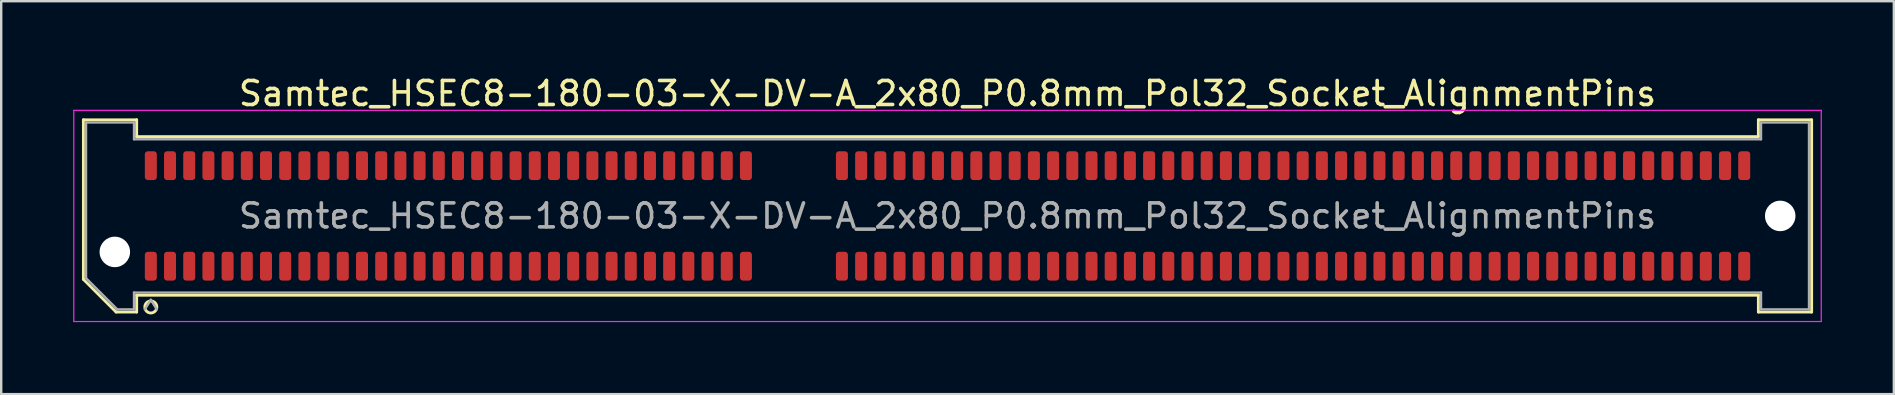
<source format=kicad_pcb>
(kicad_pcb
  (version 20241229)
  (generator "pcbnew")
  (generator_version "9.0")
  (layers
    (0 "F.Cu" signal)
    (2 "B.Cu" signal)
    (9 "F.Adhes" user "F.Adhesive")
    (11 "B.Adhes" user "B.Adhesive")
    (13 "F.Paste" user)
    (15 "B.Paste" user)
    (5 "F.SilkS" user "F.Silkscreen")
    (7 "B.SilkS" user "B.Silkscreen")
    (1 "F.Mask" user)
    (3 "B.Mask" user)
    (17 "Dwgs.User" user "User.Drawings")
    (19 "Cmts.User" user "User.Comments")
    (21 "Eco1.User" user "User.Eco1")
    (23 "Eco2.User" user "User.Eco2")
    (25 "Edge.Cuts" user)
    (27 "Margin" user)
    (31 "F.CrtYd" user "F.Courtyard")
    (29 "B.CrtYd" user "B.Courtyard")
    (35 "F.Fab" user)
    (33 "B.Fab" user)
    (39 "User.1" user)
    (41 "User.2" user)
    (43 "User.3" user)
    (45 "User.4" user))
  (footprint "Samtec_HSEC8-180-03-X-DV-A_2x80_P0.8mm_Pol32_Socket_AlignmentPins"
    (layer "F.Cu")
    (at 36.435 5.948)
    (property "Reference" "Samtec_HSEC8-180-03-X-DV-A_2x80_P0.8mm_Pol32_Socket_AlignmentPins" (at 0 -5.1 0) (layer "F.SilkS") (effects (font (size 1 1) (thickness 0.15))))
    (attr smd)
    (fp_line (start -36.01 -4.005) (end -33.79 -4.005) (stroke (width 0.12) (type solid)) (layer "F.SilkS"))
    (fp_line (start -36.01 2.641) (end -36.01 -4.005) (stroke (width 0.12) (type solid)) (layer "F.SilkS"))
    (fp_line (start -34.646 4.005) (end -36.01 2.641) (stroke (width 0.12) (type solid)) (layer "F.SilkS"))
    (fp_line (start -33.79 -4.005) (end -33.79 -3.305) (stroke (width 0.12) (type solid)) (layer "F.SilkS"))
    (fp_line (start -33.79 -3.305) (end 33.79 -3.305) (stroke (width 0.12) (type solid)) (layer "F.SilkS"))
    (fp_line (start -33.79 3.305) (end -33.79 4.005) (stroke (width 0.12) (type solid)) (layer "F.SilkS"))
    (fp_line (start -33.79 4.005) (end -34.646 4.005) (stroke (width 0.12) (type solid)) (layer "F.SilkS"))
    (fp_line (start 33.79 -4.005) (end 36.01 -4.005) (stroke (width 0.12) (type solid)) (layer "F.SilkS"))
    (fp_line (start 33.79 -3.305) (end 33.79 -4.005) (stroke (width 0.12) (type solid)) (layer "F.SilkS"))
    (fp_line (start 33.79 3.305) (end -33.79 3.305) (stroke (width 0.12) (type solid)) (layer "F.SilkS"))
    (fp_line (start 33.79 4.005) (end 33.79 3.305) (stroke (width 0.12) (type solid)) (layer "F.SilkS"))
    (fp_line (start 36.01 -4.005) (end 36.01 4.005) (stroke (width 0.12) (type solid)) (layer "F.SilkS"))
    (fp_line (start 36.01 4.005) (end 33.79 4.005) (stroke (width 0.12) (type solid)) (layer "F.SilkS"))
    (fp_arc (start -32.95 3.795) (mid -33.45 3.795) (end -32.95 3.795) (stroke (width 0.12) (type solid)) (layer "F.SilkS"))
    (fp_line (start -36.41 -4.4) (end -36.41 4.4) (stroke (width 0.05) (type solid)) (layer "F.CrtYd"))
    (fp_line (start -36.41 4.4) (end 36.41 4.4) (stroke (width 0.05) (type solid)) (layer "F.CrtYd"))
    (fp_line (start 36.41 -4.4) (end -36.41 -4.4) (stroke (width 0.05) (type solid)) (layer "F.CrtYd"))
    (fp_line (start 36.41 4.4) (end 36.41 -4.4) (stroke (width 0.05) (type solid)) (layer "F.CrtYd"))
    (fp_line (start -35.9 -3.895) (end -33.9 -3.895) (stroke (width 0.1) (type solid)) (layer "F.Fab"))
    (fp_line (start -35.9 2.595) (end -35.9 -3.895) (stroke (width 0.1) (type solid)) (layer "F.Fab"))
    (fp_line (start -34.6 3.895) (end -35.9 2.595) (stroke (width 0.1) (type solid)) (layer "F.Fab"))
    (fp_line (start -33.9 -3.895) (end -33.9 -3.195) (stroke (width 0.1) (type solid)) (layer "F.Fab"))
    (fp_line (start -33.9 -3.195) (end 33.9 -3.195) (stroke (width 0.1) (type solid)) (layer "F.Fab"))
    (fp_line (start -33.9 3.195) (end -33.9 3.895) (stroke (width 0.1) (type solid)) (layer "F.Fab"))
    (fp_line (start -33.9 3.895) (end -34.6 3.895) (stroke (width 0.1) (type solid)) (layer "F.Fab"))
    (fp_line (start -33.2 3.495) (end -33.45 3.895) (stroke (width 0.1) (type solid)) (layer "F.Fab"))
    (fp_line (start -33.2 3.495) (end -32.95 3.895) (stroke (width 0.1) (type solid)) (layer "F.Fab"))
    (fp_line (start 33.9 -3.895) (end 35.9 -3.895) (stroke (width 0.1) (type solid)) (layer "F.Fab"))
    (fp_line (start 33.9 -3.195) (end 33.9 -3.895) (stroke (width 0.1) (type solid)) (layer "F.Fab"))
    (fp_line (start 33.9 3.195) (end -33.9 3.195) (stroke (width 0.1) (type solid)) (layer "F.Fab"))
    (fp_line (start 33.9 3.895) (end 33.9 3.195) (stroke (width 0.1) (type solid)) (layer "F.Fab"))
    (fp_line (start 35.9 -3.895) (end 35.9 3.895) (stroke (width 0.1) (type solid)) (layer "F.Fab"))
    (fp_line (start 35.9 3.895) (end 33.9 3.895) (stroke (width 0.1) (type solid)) (layer "F.Fab"))
    (fp_text user "${REFERENCE}" (at 0 0 0) (layer "F.Fab") (effects (font (size 1 1) (thickness 0.15))))
    (pad "" np_thru_hole circle (at -34.7 1.5) (size 1.27 1.27) (drill 1.27) (layers "*.Cu" "*.Mask"))
    (pad "" np_thru_hole circle (at 34.7 0) (size 1.27 1.27) (drill 1.27) (layers "*.Cu" "*.Mask"))
    (pad "1" smd roundrect (at -33.2 2.095) (size 0.5 1.2) (layers "F.Cu" "F.Mask" "F.Paste") (roundrect_rratio 0.25))
    (pad "2" smd roundrect (at -33.2 -2.095) (size 0.5 1.2) (layers "F.Cu" "F.Mask" "F.Paste") (roundrect_rratio 0.25))
    (pad "3" smd roundrect (at -32.4 2.095) (size 0.5 1.2) (layers "F.Cu" "F.Mask" "F.Paste") (roundrect_rratio 0.25))
    (pad "4" smd roundrect (at -32.4 -2.095) (size 0.5 1.2) (layers "F.Cu" "F.Mask" "F.Paste") (roundrect_rratio 0.25))
    (pad "5" smd roundrect (at -31.6 2.095) (size 0.5 1.2) (layers "F.Cu" "F.Mask" "F.Paste") (roundrect_rratio 0.25))
    (pad "6" smd roundrect (at -31.6 -2.095) (size 0.5 1.2) (layers "F.Cu" "F.Mask" "F.Paste") (roundrect_rratio 0.25))
    (pad "7" smd roundrect (at -30.8 2.095) (size 0.5 1.2) (layers "F.Cu" "F.Mask" "F.Paste") (roundrect_rratio 0.25))
    (pad "8" smd roundrect (at -30.8 -2.095) (size 0.5 1.2) (layers "F.Cu" "F.Mask" "F.Paste") (roundrect_rratio 0.25))
    (pad "9" smd roundrect (at -30 2.095) (size 0.5 1.2) (layers "F.Cu" "F.Mask" "F.Paste") (roundrect_rratio 0.25))
    (pad "10" smd roundrect (at -30 -2.095) (size 0.5 1.2) (layers "F.Cu" "F.Mask" "F.Paste") (roundrect_rratio 0.25))
    (pad "11" smd roundrect (at -29.2 2.095) (size 0.5 1.2) (layers "F.Cu" "F.Mask" "F.Paste") (roundrect_rratio 0.25))
    (pad "12" smd roundrect (at -29.2 -2.095) (size 0.5 1.2) (layers "F.Cu" "F.Mask" "F.Paste") (roundrect_rratio 0.25))
    (pad "13" smd roundrect (at -28.4 2.095) (size 0.5 1.2) (layers "F.Cu" "F.Mask" "F.Paste") (roundrect_rratio 0.25))
    (pad "14" smd roundrect (at -28.4 -2.095) (size 0.5 1.2) (layers "F.Cu" "F.Mask" "F.Paste") (roundrect_rratio 0.25))
    (pad "15" smd roundrect (at -27.6 2.095) (size 0.5 1.2) (layers "F.Cu" "F.Mask" "F.Paste") (roundrect_rratio 0.25))
    (pad "16" smd roundrect (at -27.6 -2.095) (size 0.5 1.2) (layers "F.Cu" "F.Mask" "F.Paste") (roundrect_rratio 0.25))
    (pad "17" smd roundrect (at -26.8 2.095) (size 0.5 1.2) (layers "F.Cu" "F.Mask" "F.Paste") (roundrect_rratio 0.25))
    (pad "18" smd roundrect (at -26.8 -2.095) (size 0.5 1.2) (layers "F.Cu" "F.Mask" "F.Paste") (roundrect_rratio 0.25))
    (pad "19" smd roundrect (at -26 2.095) (size 0.5 1.2) (layers "F.Cu" "F.Mask" "F.Paste") (roundrect_rratio 0.25))
    (pad "20" smd roundrect (at -26 -2.095) (size 0.5 1.2) (layers "F.Cu" "F.Mask" "F.Paste") (roundrect_rratio 0.25))
    (pad "21" smd roundrect (at -25.2 2.095) (size 0.5 1.2) (layers "F.Cu" "F.Mask" "F.Paste") (roundrect_rratio 0.25))
    (pad "22" smd roundrect (at -25.2 -2.095) (size 0.5 1.2) (layers "F.Cu" "F.Mask" "F.Paste") (roundrect_rratio 0.25))
    (pad "23" smd roundrect (at -24.4 2.095) (size 0.5 1.2) (layers "F.Cu" "F.Mask" "F.Paste") (roundrect_rratio 0.25))
    (pad "24" smd roundrect (at -24.4 -2.095) (size 0.5 1.2) (layers "F.Cu" "F.Mask" "F.Paste") (roundrect_rratio 0.25))
    (pad "25" smd roundrect (at -23.6 2.095) (size 0.5 1.2) (layers "F.Cu" "F.Mask" "F.Paste") (roundrect_rratio 0.25))
    (pad "26" smd roundrect (at -23.6 -2.095) (size 0.5 1.2) (layers "F.Cu" "F.Mask" "F.Paste") (roundrect_rratio 0.25))
    (pad "27" smd roundrect (at -22.8 2.095) (size 0.5 1.2) (layers "F.Cu" "F.Mask" "F.Paste") (roundrect_rratio 0.25))
    (pad "28" smd roundrect (at -22.8 -2.095) (size 0.5 1.2) (layers "F.Cu" "F.Mask" "F.Paste") (roundrect_rratio 0.25))
    (pad "29" smd roundrect (at -22 2.095) (size 0.5 1.2) (layers "F.Cu" "F.Mask" "F.Paste") (roundrect_rratio 0.25))
    (pad "30" smd roundrect (at -22 -2.095) (size 0.5 1.2) (layers "F.Cu" "F.Mask" "F.Paste") (roundrect_rratio 0.25))
    (pad "31" smd roundrect (at -21.2 2.095) (size 0.5 1.2) (layers "F.Cu" "F.Mask" "F.Paste") (roundrect_rratio 0.25))
    (pad "32" smd roundrect (at -21.2 -2.095) (size 0.5 1.2) (layers "F.Cu" "F.Mask" "F.Paste") (roundrect_rratio 0.25))
    (pad "33" smd roundrect (at -20.4 2.095) (size 0.5 1.2) (layers "F.Cu" "F.Mask" "F.Paste") (roundrect_rratio 0.25))
    (pad "34" smd roundrect (at -20.4 -2.095) (size 0.5 1.2) (layers "F.Cu" "F.Mask" "F.Paste") (roundrect_rratio 0.25))
    (pad "35" smd roundrect (at -19.6 2.095) (size 0.5 1.2) (layers "F.Cu" "F.Mask" "F.Paste") (roundrect_rratio 0.25))
    (pad "36" smd roundrect (at -19.6 -2.095) (size 0.5 1.2) (layers "F.Cu" "F.Mask" "F.Paste") (roundrect_rratio 0.25))
    (pad "37" smd roundrect (at -18.8 2.095) (size 0.5 1.2) (layers "F.Cu" "F.Mask" "F.Paste") (roundrect_rratio 0.25))
    (pad "38" smd roundrect (at -18.8 -2.095) (size 0.5 1.2) (layers "F.Cu" "F.Mask" "F.Paste") (roundrect_rratio 0.25))
    (pad "39" smd roundrect (at -18 2.095) (size 0.5 1.2) (layers "F.Cu" "F.Mask" "F.Paste") (roundrect_rratio 0.25))
    (pad "40" smd roundrect (at -18 -2.095) (size 0.5 1.2) (layers "F.Cu" "F.Mask" "F.Paste") (roundrect_rratio 0.25))
    (pad "41" smd roundrect (at -17.2 2.095) (size 0.5 1.2) (layers "F.Cu" "F.Mask" "F.Paste") (roundrect_rratio 0.25))
    (pad "42" smd roundrect (at -17.2 -2.095) (size 0.5 1.2) (layers "F.Cu" "F.Mask" "F.Paste") (roundrect_rratio 0.25))
    (pad "43" smd roundrect (at -16.4 2.095) (size 0.5 1.2) (layers "F.Cu" "F.Mask" "F.Paste") (roundrect_rratio 0.25))
    (pad "44" smd roundrect (at -16.4 -2.095) (size 0.5 1.2) (layers "F.Cu" "F.Mask" "F.Paste") (roundrect_rratio 0.25))
    (pad "45" smd roundrect (at -15.6 2.095) (size 0.5 1.2) (layers "F.Cu" "F.Mask" "F.Paste") (roundrect_rratio 0.25))
    (pad "46" smd roundrect (at -15.6 -2.095) (size 0.5 1.2) (layers "F.Cu" "F.Mask" "F.Paste") (roundrect_rratio 0.25))
    (pad "47" smd roundrect (at -14.8 2.095) (size 0.5 1.2) (layers "F.Cu" "F.Mask" "F.Paste") (roundrect_rratio 0.25))
    (pad "48" smd roundrect (at -14.8 -2.095) (size 0.5 1.2) (layers "F.Cu" "F.Mask" "F.Paste") (roundrect_rratio 0.25))
    (pad "49" smd roundrect (at -14 2.095) (size 0.5 1.2) (layers "F.Cu" "F.Mask" "F.Paste") (roundrect_rratio 0.25))
    (pad "50" smd roundrect (at -14 -2.095) (size 0.5 1.2) (layers "F.Cu" "F.Mask" "F.Paste") (roundrect_rratio 0.25))
    (pad "51" smd roundrect (at -13.2 2.095) (size 0.5 1.2) (layers "F.Cu" "F.Mask" "F.Paste") (roundrect_rratio 0.25))
    (pad "52" smd roundrect (at -13.2 -2.095) (size 0.5 1.2) (layers "F.Cu" "F.Mask" "F.Paste") (roundrect_rratio 0.25))
    (pad "53" smd roundrect (at -12.4 2.095) (size 0.5 1.2) (layers "F.Cu" "F.Mask" "F.Paste") (roundrect_rratio 0.25))
    (pad "54" smd roundrect (at -12.4 -2.095) (size 0.5 1.2) (layers "F.Cu" "F.Mask" "F.Paste") (roundrect_rratio 0.25))
    (pad "55" smd roundrect (at -11.6 2.095) (size 0.5 1.2) (layers "F.Cu" "F.Mask" "F.Paste") (roundrect_rratio 0.25))
    (pad "56" smd roundrect (at -11.6 -2.095) (size 0.5 1.2) (layers "F.Cu" "F.Mask" "F.Paste") (roundrect_rratio 0.25))
    (pad "57" smd roundrect (at -10.8 2.095) (size 0.5 1.2) (layers "F.Cu" "F.Mask" "F.Paste") (roundrect_rratio 0.25))
    (pad "58" smd roundrect (at -10.8 -2.095) (size 0.5 1.2) (layers "F.Cu" "F.Mask" "F.Paste") (roundrect_rratio 0.25))
    (pad "59" smd roundrect (at -10 2.095) (size 0.5 1.2) (layers "F.Cu" "F.Mask" "F.Paste") (roundrect_rratio 0.25))
    (pad "60" smd roundrect (at -10 -2.095) (size 0.5 1.2) (layers "F.Cu" "F.Mask" "F.Paste") (roundrect_rratio 0.25))
    (pad "61" smd roundrect (at -9.2 2.095) (size 0.5 1.2) (layers "F.Cu" "F.Mask" "F.Paste") (roundrect_rratio 0.25))
    (pad "62" smd roundrect (at -9.2 -2.095) (size 0.5 1.2) (layers "F.Cu" "F.Mask" "F.Paste") (roundrect_rratio 0.25))
    (pad "63" smd roundrect (at -8.4 2.095) (size 0.5 1.2) (layers "F.Cu" "F.Mask" "F.Paste") (roundrect_rratio 0.25))
    (pad "64" smd roundrect (at -8.4 -2.095) (size 0.5 1.2) (layers "F.Cu" "F.Mask" "F.Paste") (roundrect_rratio 0.25))
    (pad "65" smd roundrect (at -4.4 2.095) (size 0.5 1.2) (layers "F.Cu" "F.Mask" "F.Paste") (roundrect_rratio 0.25))
    (pad "66" smd roundrect (at -4.4 -2.095) (size 0.5 1.2) (layers "F.Cu" "F.Mask" "F.Paste") (roundrect_rratio 0.25))
    (pad "67" smd roundrect (at -3.6 2.095) (size 0.5 1.2) (layers "F.Cu" "F.Mask" "F.Paste") (roundrect_rratio 0.25))
    (pad "68" smd roundrect (at -3.6 -2.095) (size 0.5 1.2) (layers "F.Cu" "F.Mask" "F.Paste") (roundrect_rratio 0.25))
    (pad "69" smd roundrect (at -2.8 2.095) (size 0.5 1.2) (layers "F.Cu" "F.Mask" "F.Paste") (roundrect_rratio 0.25))
    (pad "70" smd roundrect (at -2.8 -2.095) (size 0.5 1.2) (layers "F.Cu" "F.Mask" "F.Paste") (roundrect_rratio 0.25))
    (pad "71" smd roundrect (at -2 2.095) (size 0.5 1.2) (layers "F.Cu" "F.Mask" "F.Paste") (roundrect_rratio 0.25))
    (pad "72" smd roundrect (at -2 -2.095) (size 0.5 1.2) (layers "F.Cu" "F.Mask" "F.Paste") (roundrect_rratio 0.25))
    (pad "73" smd roundrect (at -1.2 2.095) (size 0.5 1.2) (layers "F.Cu" "F.Mask" "F.Paste") (roundrect_rratio 0.25))
    (pad "74" smd roundrect (at -1.2 -2.095) (size 0.5 1.2) (layers "F.Cu" "F.Mask" "F.Paste") (roundrect_rratio 0.25))
    (pad "75" smd roundrect (at -0.4 2.095) (size 0.5 1.2) (layers "F.Cu" "F.Mask" "F.Paste") (roundrect_rratio 0.25))
    (pad "76" smd roundrect (at -0.4 -2.095) (size 0.5 1.2) (layers "F.Cu" "F.Mask" "F.Paste") (roundrect_rratio 0.25))
    (pad "77" smd roundrect (at 0.4 2.095) (size 0.5 1.2) (layers "F.Cu" "F.Mask" "F.Paste") (roundrect_rratio 0.25))
    (pad "78" smd roundrect (at 0.4 -2.095) (size 0.5 1.2) (layers "F.Cu" "F.Mask" "F.Paste") (roundrect_rratio 0.25))
    (pad "79" smd roundrect (at 1.2 2.095) (size 0.5 1.2) (layers "F.Cu" "F.Mask" "F.Paste") (roundrect_rratio 0.25))
    (pad "80" smd roundrect (at 1.2 -2.095) (size 0.5 1.2) (layers "F.Cu" "F.Mask" "F.Paste") (roundrect_rratio 0.25))
    (pad "81" smd roundrect (at 2 2.095) (size 0.5 1.2) (layers "F.Cu" "F.Mask" "F.Paste") (roundrect_rratio 0.25))
    (pad "82" smd roundrect (at 2 -2.095) (size 0.5 1.2) (layers "F.Cu" "F.Mask" "F.Paste") (roundrect_rratio 0.25))
    (pad "83" smd roundrect (at 2.8 2.095) (size 0.5 1.2) (layers "F.Cu" "F.Mask" "F.Paste") (roundrect_rratio 0.25))
    (pad "84" smd roundrect (at 2.8 -2.095) (size 0.5 1.2) (layers "F.Cu" "F.Mask" "F.Paste") (roundrect_rratio 0.25))
    (pad "85" smd roundrect (at 3.6 2.095) (size 0.5 1.2) (layers "F.Cu" "F.Mask" "F.Paste") (roundrect_rratio 0.25))
    (pad "86" smd roundrect (at 3.6 -2.095) (size 0.5 1.2) (layers "F.Cu" "F.Mask" "F.Paste") (roundrect_rratio 0.25))
    (pad "87" smd roundrect (at 4.4 2.095) (size 0.5 1.2) (layers "F.Cu" "F.Mask" "F.Paste") (roundrect_rratio 0.25))
    (pad "88" smd roundrect (at 4.4 -2.095) (size 0.5 1.2) (layers "F.Cu" "F.Mask" "F.Paste") (roundrect_rratio 0.25))
    (pad "89" smd roundrect (at 5.2 2.095) (size 0.5 1.2) (layers "F.Cu" "F.Mask" "F.Paste") (roundrect_rratio 0.25))
    (pad "90" smd roundrect (at 5.2 -2.095) (size 0.5 1.2) (layers "F.Cu" "F.Mask" "F.Paste") (roundrect_rratio 0.25))
    (pad "91" smd roundrect (at 6 2.095) (size 0.5 1.2) (layers "F.Cu" "F.Mask" "F.Paste") (roundrect_rratio 0.25))
    (pad "92" smd roundrect (at 6 -2.095) (size 0.5 1.2) (layers "F.Cu" "F.Mask" "F.Paste") (roundrect_rratio 0.25))
    (pad "93" smd roundrect (at 6.8 2.095) (size 0.5 1.2) (layers "F.Cu" "F.Mask" "F.Paste") (roundrect_rratio 0.25))
    (pad "94" smd roundrect (at 6.8 -2.095) (size 0.5 1.2) (layers "F.Cu" "F.Mask" "F.Paste") (roundrect_rratio 0.25))
    (pad "95" smd roundrect (at 7.6 2.095) (size 0.5 1.2) (layers "F.Cu" "F.Mask" "F.Paste") (roundrect_rratio 0.25))
    (pad "96" smd roundrect (at 7.6 -2.095) (size 0.5 1.2) (layers "F.Cu" "F.Mask" "F.Paste") (roundrect_rratio 0.25))
    (pad "97" smd roundrect (at 8.4 2.095) (size 0.5 1.2) (layers "F.Cu" "F.Mask" "F.Paste") (roundrect_rratio 0.25))
    (pad "98" smd roundrect (at 8.4 -2.095) (size 0.5 1.2) (layers "F.Cu" "F.Mask" "F.Paste") (roundrect_rratio 0.25))
    (pad "99" smd roundrect (at 9.2 2.095) (size 0.5 1.2) (layers "F.Cu" "F.Mask" "F.Paste") (roundrect_rratio 0.25))
    (pad "100" smd roundrect (at 9.2 -2.095) (size 0.5 1.2) (layers "F.Cu" "F.Mask" "F.Paste") (roundrect_rratio 0.25))
    (pad "101" smd roundrect (at 10 2.095) (size 0.5 1.2) (layers "F.Cu" "F.Mask" "F.Paste") (roundrect_rratio 0.25))
    (pad "102" smd roundrect (at 10 -2.095) (size 0.5 1.2) (layers "F.Cu" "F.Mask" "F.Paste") (roundrect_rratio 0.25))
    (pad "103" smd roundrect (at 10.8 2.095) (size 0.5 1.2) (layers "F.Cu" "F.Mask" "F.Paste") (roundrect_rratio 0.25))
    (pad "104" smd roundrect (at 10.8 -2.095) (size 0.5 1.2) (layers "F.Cu" "F.Mask" "F.Paste") (roundrect_rratio 0.25))
    (pad "105" smd roundrect (at 11.6 2.095) (size 0.5 1.2) (layers "F.Cu" "F.Mask" "F.Paste") (roundrect_rratio 0.25))
    (pad "106" smd roundrect (at 11.6 -2.095) (size 0.5 1.2) (layers "F.Cu" "F.Mask" "F.Paste") (roundrect_rratio 0.25))
    (pad "107" smd roundrect (at 12.4 2.095) (size 0.5 1.2) (layers "F.Cu" "F.Mask" "F.Paste") (roundrect_rratio 0.25))
    (pad "108" smd roundrect (at 12.4 -2.095) (size 0.5 1.2) (layers "F.Cu" "F.Mask" "F.Paste") (roundrect_rratio 0.25))
    (pad "109" smd roundrect (at 13.2 2.095) (size 0.5 1.2) (layers "F.Cu" "F.Mask" "F.Paste") (roundrect_rratio 0.25))
    (pad "110" smd roundrect (at 13.2 -2.095) (size 0.5 1.2) (layers "F.Cu" "F.Mask" "F.Paste") (roundrect_rratio 0.25))
    (pad "111" smd roundrect (at 14 2.095) (size 0.5 1.2) (layers "F.Cu" "F.Mask" "F.Paste") (roundrect_rratio 0.25))
    (pad "112" smd roundrect (at 14 -2.095) (size 0.5 1.2) (layers "F.Cu" "F.Mask" "F.Paste") (roundrect_rratio 0.25))
    (pad "113" smd roundrect (at 14.8 2.095) (size 0.5 1.2) (layers "F.Cu" "F.Mask" "F.Paste") (roundrect_rratio 0.25))
    (pad "114" smd roundrect (at 14.8 -2.095) (size 0.5 1.2) (layers "F.Cu" "F.Mask" "F.Paste") (roundrect_rratio 0.25))
    (pad "115" smd roundrect (at 15.6 2.095) (size 0.5 1.2) (layers "F.Cu" "F.Mask" "F.Paste") (roundrect_rratio 0.25))
    (pad "116" smd roundrect (at 15.6 -2.095) (size 0.5 1.2) (layers "F.Cu" "F.Mask" "F.Paste") (roundrect_rratio 0.25))
    (pad "117" smd roundrect (at 16.4 2.095) (size 0.5 1.2) (layers "F.Cu" "F.Mask" "F.Paste") (roundrect_rratio 0.25))
    (pad "118" smd roundrect (at 16.4 -2.095) (size 0.5 1.2) (layers "F.Cu" "F.Mask" "F.Paste") (roundrect_rratio 0.25))
    (pad "119" smd roundrect (at 17.2 2.095) (size 0.5 1.2) (layers "F.Cu" "F.Mask" "F.Paste") (roundrect_rratio 0.25))
    (pad "120" smd roundrect (at 17.2 -2.095) (size 0.5 1.2) (layers "F.Cu" "F.Mask" "F.Paste") (roundrect_rratio 0.25))
    (pad "121" smd roundrect (at 18 2.095) (size 0.5 1.2) (layers "F.Cu" "F.Mask" "F.Paste") (roundrect_rratio 0.25))
    (pad "122" smd roundrect (at 18 -2.095) (size 0.5 1.2) (layers "F.Cu" "F.Mask" "F.Paste") (roundrect_rratio 0.25))
    (pad "123" smd roundrect (at 18.8 2.095) (size 0.5 1.2) (layers "F.Cu" "F.Mask" "F.Paste") (roundrect_rratio 0.25))
    (pad "124" smd roundrect (at 18.8 -2.095) (size 0.5 1.2) (layers "F.Cu" "F.Mask" "F.Paste") (roundrect_rratio 0.25))
    (pad "125" smd roundrect (at 19.6 2.095) (size 0.5 1.2) (layers "F.Cu" "F.Mask" "F.Paste") (roundrect_rratio 0.25))
    (pad "126" smd roundrect (at 19.6 -2.095) (size 0.5 1.2) (layers "F.Cu" "F.Mask" "F.Paste") (roundrect_rratio 0.25))
    (pad "127" smd roundrect (at 20.4 2.095) (size 0.5 1.2) (layers "F.Cu" "F.Mask" "F.Paste") (roundrect_rratio 0.25))
    (pad "128" smd roundrect (at 20.4 -2.095) (size 0.5 1.2) (layers "F.Cu" "F.Mask" "F.Paste") (roundrect_rratio 0.25))
    (pad "129" smd roundrect (at 21.2 2.095) (size 0.5 1.2) (layers "F.Cu" "F.Mask" "F.Paste") (roundrect_rratio 0.25))
    (pad "130" smd roundrect (at 21.2 -2.095) (size 0.5 1.2) (layers "F.Cu" "F.Mask" "F.Paste") (roundrect_rratio 0.25))
    (pad "131" smd roundrect (at 22 2.095) (size 0.5 1.2) (layers "F.Cu" "F.Mask" "F.Paste") (roundrect_rratio 0.25))
    (pad "132" smd roundrect (at 22 -2.095) (size 0.5 1.2) (layers "F.Cu" "F.Mask" "F.Paste") (roundrect_rratio 0.25))
    (pad "133" smd roundrect (at 22.8 2.095) (size 0.5 1.2) (layers "F.Cu" "F.Mask" "F.Paste") (roundrect_rratio 0.25))
    (pad "134" smd roundrect (at 22.8 -2.095) (size 0.5 1.2) (layers "F.Cu" "F.Mask" "F.Paste") (roundrect_rratio 0.25))
    (pad "135" smd roundrect (at 23.6 2.095) (size 0.5 1.2) (layers "F.Cu" "F.Mask" "F.Paste") (roundrect_rratio 0.25))
    (pad "136" smd roundrect (at 23.6 -2.095) (size 0.5 1.2) (layers "F.Cu" "F.Mask" "F.Paste") (roundrect_rratio 0.25))
    (pad "137" smd roundrect (at 24.4 2.095) (size 0.5 1.2) (layers "F.Cu" "F.Mask" "F.Paste") (roundrect_rratio 0.25))
    (pad "138" smd roundrect (at 24.4 -2.095) (size 0.5 1.2) (layers "F.Cu" "F.Mask" "F.Paste") (roundrect_rratio 0.25))
    (pad "139" smd roundrect (at 25.2 2.095) (size 0.5 1.2) (layers "F.Cu" "F.Mask" "F.Paste") (roundrect_rratio 0.25))
    (pad "140" smd roundrect (at 25.2 -2.095) (size 0.5 1.2) (layers "F.Cu" "F.Mask" "F.Paste") (roundrect_rratio 0.25))
    (pad "141" smd roundrect (at 26 2.095) (size 0.5 1.2) (layers "F.Cu" "F.Mask" "F.Paste") (roundrect_rratio 0.25))
    (pad "142" smd roundrect (at 26 -2.095) (size 0.5 1.2) (layers "F.Cu" "F.Mask" "F.Paste") (roundrect_rratio 0.25))
    (pad "143" smd roundrect (at 26.8 2.095) (size 0.5 1.2) (layers "F.Cu" "F.Mask" "F.Paste") (roundrect_rratio 0.25))
    (pad "144" smd roundrect (at 26.8 -2.095) (size 0.5 1.2) (layers "F.Cu" "F.Mask" "F.Paste") (roundrect_rratio 0.25))
    (pad "145" smd roundrect (at 27.6 2.095) (size 0.5 1.2) (layers "F.Cu" "F.Mask" "F.Paste") (roundrect_rratio 0.25))
    (pad "146" smd roundrect (at 27.6 -2.095) (size 0.5 1.2) (layers "F.Cu" "F.Mask" "F.Paste") (roundrect_rratio 0.25))
    (pad "147" smd roundrect (at 28.4 2.095) (size 0.5 1.2) (layers "F.Cu" "F.Mask" "F.Paste") (roundrect_rratio 0.25))
    (pad "148" smd roundrect (at 28.4 -2.095) (size 0.5 1.2) (layers "F.Cu" "F.Mask" "F.Paste") (roundrect_rratio 0.25))
    (pad "149" smd roundrect (at 29.2 2.095) (size 0.5 1.2) (layers "F.Cu" "F.Mask" "F.Paste") (roundrect_rratio 0.25))
    (pad "150" smd roundrect (at 29.2 -2.095) (size 0.5 1.2) (layers "F.Cu" "F.Mask" "F.Paste") (roundrect_rratio 0.25))
    (pad "151" smd roundrect (at 30 2.095) (size 0.5 1.2) (layers "F.Cu" "F.Mask" "F.Paste") (roundrect_rratio 0.25))
    (pad "152" smd roundrect (at 30 -2.095) (size 0.5 1.2) (layers "F.Cu" "F.Mask" "F.Paste") (roundrect_rratio 0.25))
    (pad "153" smd roundrect (at 30.8 2.095) (size 0.5 1.2) (layers "F.Cu" "F.Mask" "F.Paste") (roundrect_rratio 0.25))
    (pad "154" smd roundrect (at 30.8 -2.095) (size 0.5 1.2) (layers "F.Cu" "F.Mask" "F.Paste") (roundrect_rratio 0.25))
    (pad "155" smd roundrect (at 31.6 2.095) (size 0.5 1.2) (layers "F.Cu" "F.Mask" "F.Paste") (roundrect_rratio 0.25))
    (pad "156" smd roundrect (at 31.6 -2.095) (size 0.5 1.2) (layers "F.Cu" "F.Mask" "F.Paste") (roundrect_rratio 0.25))
    (pad "157" smd roundrect (at 32.4 2.095) (size 0.5 1.2) (layers "F.Cu" "F.Mask" "F.Paste") (roundrect_rratio 0.25))
    (pad "158" smd roundrect (at 32.4 -2.095) (size 0.5 1.2) (layers "F.Cu" "F.Mask" "F.Paste") (roundrect_rratio 0.25))
    (pad "159" smd roundrect (at 33.2 2.095) (size 0.5 1.2) (layers "F.Cu" "F.Mask" "F.Paste") (roundrect_rratio 0.25))
    (pad "160" smd roundrect (at 33.2 -2.095) (size 0.5 1.2) (layers "F.Cu" "F.Mask" "F.Paste") (roundrect_rratio 0.25)))
  (gr_rect
    (start -3 -3)
    (end 75.87 13.373)
    (stroke (width 0.1) (type default))
    (fill no)
    (layer "Edge.Cuts")))
</source>
